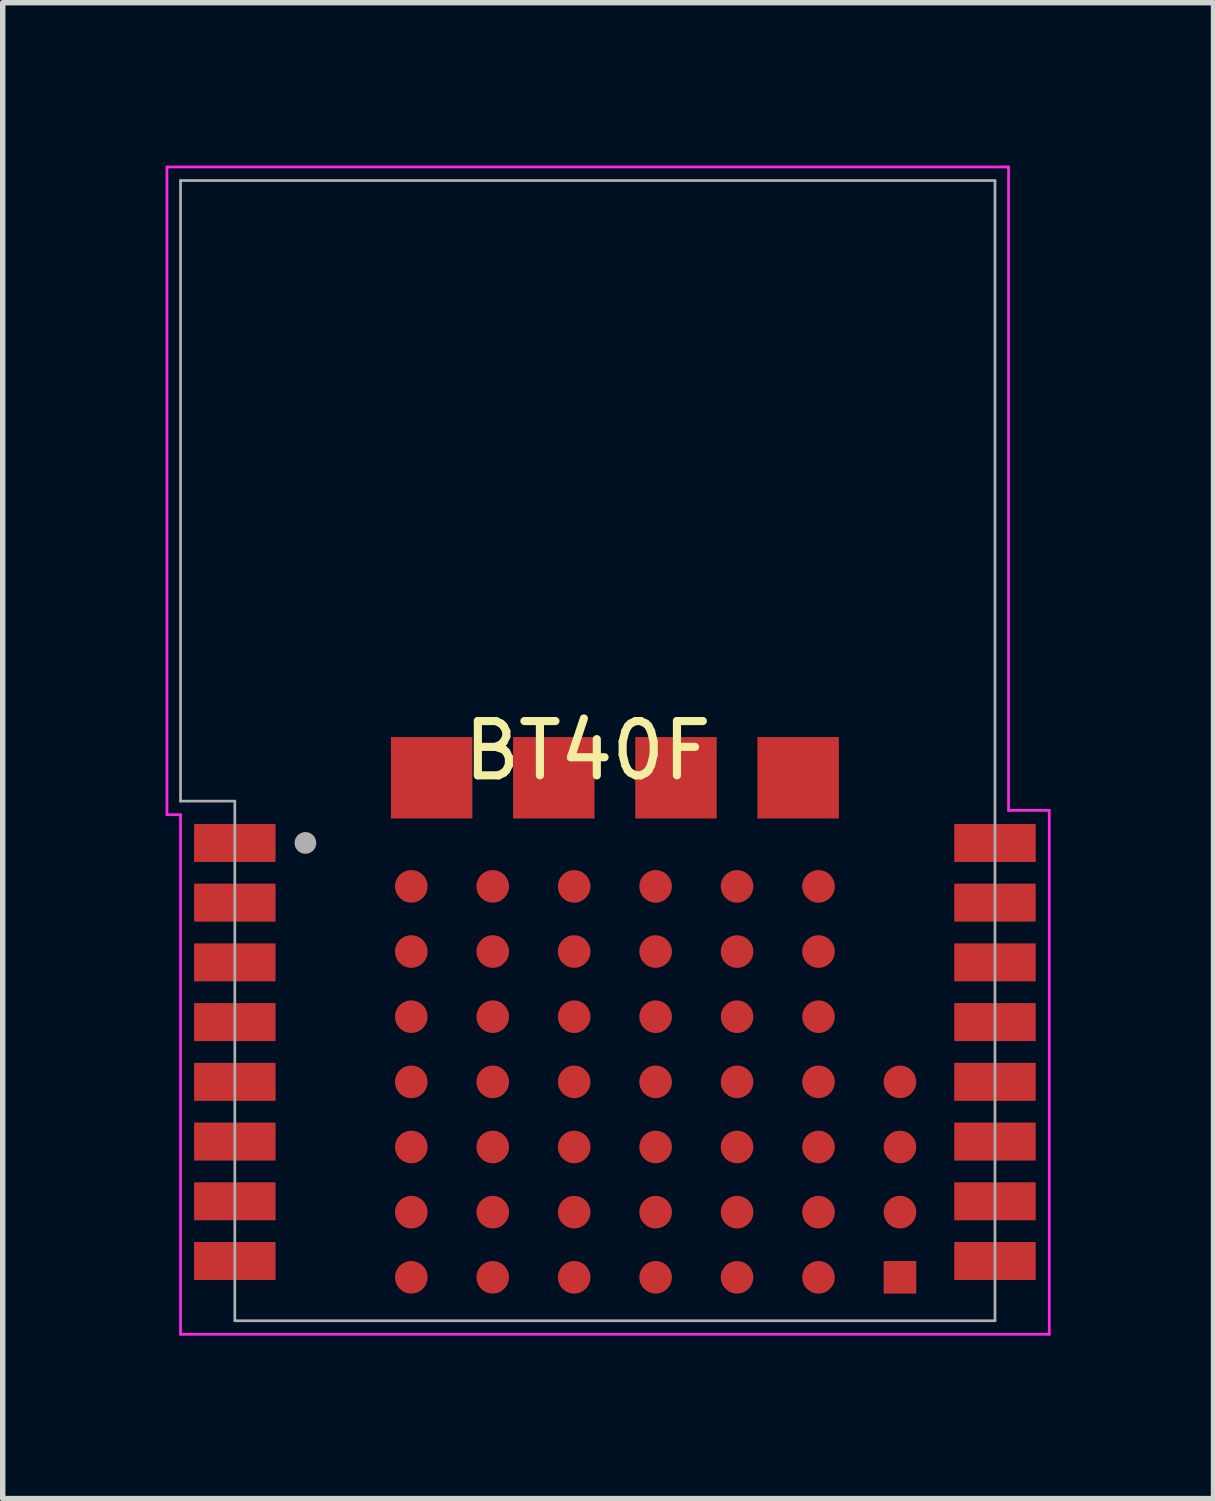
<source format=kicad_pcb>
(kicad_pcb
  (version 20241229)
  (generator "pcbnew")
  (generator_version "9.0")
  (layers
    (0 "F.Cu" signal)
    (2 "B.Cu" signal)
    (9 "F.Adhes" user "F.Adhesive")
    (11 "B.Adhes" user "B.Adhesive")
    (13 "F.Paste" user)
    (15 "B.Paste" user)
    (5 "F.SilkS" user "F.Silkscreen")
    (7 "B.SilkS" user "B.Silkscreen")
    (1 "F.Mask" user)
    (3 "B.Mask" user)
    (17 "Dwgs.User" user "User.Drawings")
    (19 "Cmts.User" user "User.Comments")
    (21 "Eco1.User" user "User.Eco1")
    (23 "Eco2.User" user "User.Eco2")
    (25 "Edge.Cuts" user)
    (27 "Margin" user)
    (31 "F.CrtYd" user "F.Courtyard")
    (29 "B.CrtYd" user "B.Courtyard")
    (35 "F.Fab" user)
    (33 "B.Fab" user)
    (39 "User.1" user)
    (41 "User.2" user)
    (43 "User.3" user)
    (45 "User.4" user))
  (footprint "BT40F"
    (layer "F.Cu")
    (at 7.775 10.775)
    (property "Reference" "BT40F" (at 0 0 0) (layer "F.SilkS") (effects (font (size 1 1) (thickness 0.15))))
    (attr smd)
    (fp_line (start -7.75 -10.75) (end 7.75 -10.75) (stroke (width 0.05) (type solid)) (layer "F.CrtYd"))
    (fp_line (start -7.75 1.18) (end -7.75 -10.75) (stroke (width 0.05) (type solid)) (layer "F.CrtYd"))
    (fp_line (start -7.5 1.18) (end -7.75 1.18) (stroke (width 0.05) (type solid)) (layer "F.CrtYd"))
    (fp_line (start -7.5 10.75) (end -7.5 1.18) (stroke (width 0.05) (type solid)) (layer "F.CrtYd"))
    (fp_line (start 7.75 -10.75) (end 7.75 1.1) (stroke (width 0.05) (type solid)) (layer "F.CrtYd"))
    (fp_line (start 7.75 1.1) (end 8.5 1.1) (stroke (width 0.05) (type solid)) (layer "F.CrtYd"))
    (fp_line (start 8.5 1.1) (end 8.5 10.75) (stroke (width 0.05) (type solid)) (layer "F.CrtYd"))
    (fp_line (start 8.5 10.75) (end -7.5 10.75) (stroke (width 0.05) (type solid)) (layer "F.CrtYd"))
    (fp_line (start -7.5 -10.5) (end 7.5 -10.5) (stroke (width 0.05) (type solid)) (layer "F.Fab"))
    (fp_line (start -7.5 0.93) (end -7.5 -10.5) (stroke (width 0.05) (type solid)) (layer "F.Fab"))
    (fp_line (start -6.5 0.93) (end -7.5 0.93) (stroke (width 0.05) (type solid)) (layer "F.Fab"))
    (fp_line (start -6.5 10.5) (end -6.5 0.93) (stroke (width 0.05) (type solid)) (layer "F.Fab"))
    (fp_line (start 7.5 -10.5) (end 7.5 10.5) (stroke (width 0.05) (type solid)) (layer "F.Fab"))
    (fp_line (start 7.5 10.5) (end -6.5 10.5) (stroke (width 0.05) (type solid)) (layer "F.Fab"))
    (fp_circle (center -5.2 1.7) (end -5.1 1.7) (stroke (width 0.2) (type solid)) (fill no) (layer "F.Fab"))
    (pad "1" smd rect (at -6.5 1.7) (size 1.5 0.7) (layers "F.Cu" "F.Mask" "F.Paste"))
    (pad "2" smd rect (at -6.5 2.8) (size 1.5 0.7) (layers "F.Cu" "F.Mask" "F.Paste"))
    (pad "3" smd rect (at -6.5 3.9) (size 1.5 0.7) (layers "F.Cu" "F.Mask" "F.Paste"))
    (pad "4" smd rect (at -6.5 5) (size 1.5 0.7) (layers "F.Cu" "F.Mask" "F.Paste"))
    (pad "5" smd rect (at -6.5 6.1) (size 1.5 0.7) (layers "F.Cu" "F.Mask" "F.Paste"))
    (pad "6" smd rect (at -6.5 7.2) (size 1.5 0.7) (layers "F.Cu" "F.Mask" "F.Paste"))
    (pad "7" smd rect (at -6.5 8.3) (size 1.5 0.7) (layers "F.Cu" "F.Mask" "F.Paste"))
    (pad "8" smd rect (at -6.5 9.4) (size 1.5 0.7) (layers "F.Cu" "F.Mask" "F.Paste"))
    (pad "9" smd rect (at 7.5 9.4) (size 1.5 0.7) (layers "F.Cu" "F.Mask" "F.Paste"))
    (pad "10" smd rect (at 7.5 8.3) (size 1.5 0.7) (layers "F.Cu" "F.Mask" "F.Paste"))
    (pad "11" smd rect (at 7.5 7.2) (size 1.5 0.7) (layers "F.Cu" "F.Mask" "F.Paste"))
    (pad "12" smd rect (at 7.5 6.1) (size 1.5 0.7) (layers "F.Cu" "F.Mask" "F.Paste"))
    (pad "13" smd rect (at 7.5 5) (size 1.5 0.7) (layers "F.Cu" "F.Mask" "F.Paste"))
    (pad "14" smd rect (at 7.5 3.9) (size 1.5 0.7) (layers "F.Cu" "F.Mask" "F.Paste"))
    (pad "15" smd rect (at 7.5 2.8) (size 1.5 0.7) (layers "F.Cu" "F.Mask" "F.Paste"))
    (pad "16" smd rect (at 7.5 1.7) (size 1.5 0.7) (layers "F.Cu" "F.Mask" "F.Paste"))
    (pad "A0" smd circle (at -1.75 2.5) (size 0.6 0.6) (layers "F.Cu" "F.Mask" "F.Paste"))
    (pad "A1" smd circle (at -1.75 3.7) (size 0.6 0.6) (layers "F.Cu" "F.Mask" "F.Paste"))
    (pad "A2" smd circle (at -1.75 4.9) (size 0.6 0.6) (layers "F.Cu" "F.Mask" "F.Paste"))
    (pad "A3" smd circle (at -1.75 6.1) (size 0.6 0.6) (layers "F.Cu" "F.Mask" "F.Paste"))
    (pad "A4" smd circle (at -1.75 7.3) (size 0.6 0.6) (layers "F.Cu" "F.Mask" "F.Paste"))
    (pad "A5" smd circle (at -1.75 8.5) (size 0.6 0.6) (layers "F.Cu" "F.Mask" "F.Paste"))
    (pad "A6" smd circle (at -1.75 9.7) (size 0.6 0.6) (layers "F.Cu" "F.Mask" "F.Paste"))
    (pad "B0" smd circle (at -0.25 2.5) (size 0.6 0.6) (layers "F.Cu" "F.Mask" "F.Paste"))
    (pad "B1" smd circle (at -0.25 3.7) (size 0.6 0.6) (layers "F.Cu" "F.Mask" "F.Paste"))
    (pad "B2" smd circle (at -0.25 4.9) (size 0.6 0.6) (layers "F.Cu" "F.Mask" "F.Paste"))
    (pad "B3" smd circle (at -0.25 6.1) (size 0.6 0.6) (layers "F.Cu" "F.Mask" "F.Paste"))
    (pad "B4" smd circle (at -0.25 7.3) (size 0.6 0.6) (layers "F.Cu" "F.Mask" "F.Paste"))
    (pad "B5" smd circle (at -0.25 8.5) (size 0.6 0.6) (layers "F.Cu" "F.Mask" "F.Paste"))
    (pad "B6" smd circle (at -0.25 9.7) (size 0.6 0.6) (layers "F.Cu" "F.Mask" "F.Paste"))
    (pad "C0" smd circle (at 1.25 2.5) (size 0.6 0.6) (layers "F.Cu" "F.Mask" "F.Paste"))
    (pad "C1" smd circle (at 1.25 3.7) (size 0.6 0.6) (layers "F.Cu" "F.Mask" "F.Paste"))
    (pad "C2" smd circle (at 1.25 4.9) (size 0.6 0.6) (layers "F.Cu" "F.Mask" "F.Paste"))
    (pad "C3" smd circle (at 1.25 6.1) (size 0.6 0.6) (layers "F.Cu" "F.Mask" "F.Paste"))
    (pad "C4" smd circle (at 1.25 7.3) (size 0.6 0.6) (layers "F.Cu" "F.Mask" "F.Paste"))
    (pad "C5" smd circle (at 1.25 8.5) (size 0.6 0.6) (layers "F.Cu" "F.Mask" "F.Paste"))
    (pad "C6" smd circle (at 1.25 9.7) (size 0.6 0.6) (layers "F.Cu" "F.Mask" "F.Paste"))
    (pad "D0" smd circle (at 2.75 2.5) (size 0.6 0.6) (layers "F.Cu" "F.Mask" "F.Paste"))
    (pad "D1" smd circle (at 2.75 3.7) (size 0.6 0.6) (layers "F.Cu" "F.Mask" "F.Paste"))
    (pad "D2" smd circle (at 2.75 4.9) (size 0.6 0.6) (layers "F.Cu" "F.Mask" "F.Paste"))
    (pad "D3" smd circle (at 2.75 6.1) (size 0.6 0.6) (layers "F.Cu" "F.Mask" "F.Paste"))
    (pad "D4" smd circle (at 2.75 7.3) (size 0.6 0.6) (layers "F.Cu" "F.Mask" "F.Paste"))
    (pad "D5" smd circle (at 2.75 8.5) (size 0.6 0.6) (layers "F.Cu" "F.Mask" "F.Paste"))
    (pad "D6" smd circle (at 2.75 9.7) (size 0.6 0.6) (layers "F.Cu" "F.Mask" "F.Paste"))
    (pad "E0" smd circle (at 4.25 2.5) (size 0.6 0.6) (layers "F.Cu" "F.Mask" "F.Paste"))
    (pad "E1" smd circle (at 4.25 3.7) (size 0.6 0.6) (layers "F.Cu" "F.Mask" "F.Paste"))
    (pad "E2" smd circle (at 4.25 4.9) (size 0.6 0.6) (layers "F.Cu" "F.Mask" "F.Paste"))
    (pad "E3" smd circle (at 4.25 6.1) (size 0.6 0.6) (layers "F.Cu" "F.Mask" "F.Paste"))
    (pad "E4" smd circle (at 4.25 7.3) (size 0.6 0.6) (layers "F.Cu" "F.Mask" "F.Paste"))
    (pad "E5" smd circle (at 4.25 8.5) (size 0.6 0.6) (layers "F.Cu" "F.Mask" "F.Paste"))
    (pad "E6" smd circle (at 4.25 9.7) (size 0.6 0.6) (layers "F.Cu" "F.Mask" "F.Paste"))
    (pad "F3" smd circle (at 5.75 6.1) (size 0.6 0.6) (layers "F.Cu" "F.Mask" "F.Paste"))
    (pad "F4" smd circle (at 5.75 7.3) (size 0.6 0.6) (layers "F.Cu" "F.Mask" "F.Paste"))
    (pad "F5" smd circle (at 5.75 8.5) (size 0.6 0.6) (layers "F.Cu" "F.Mask" "F.Paste"))
    (pad "F6" smd rect (at 5.75 9.7) (size 0.6 0.6) (layers "F.Cu" "F.Mask" "F.Paste"))
    (pad "H0" smd rect (at -2.875 0.5) (size 1.5 1.5) (layers "F.Cu" "F.Mask" "F.Paste"))
    (pad "H1" smd rect (at -0.625 0.5) (size 1.5 1.5) (layers "F.Cu" "F.Mask" "F.Paste"))
    (pad "H2" smd rect (at 1.625 0.5) (size 1.5 1.5) (layers "F.Cu" "F.Mask" "F.Paste"))
    (pad "H3" smd rect (at 3.875 0.5) (size 1.5 1.5) (layers "F.Cu" "F.Mask" "F.Paste"))
    (pad "Z0" smd circle (at -3.25 2.5) (size 0.6 0.6) (layers "F.Cu" "F.Mask" "F.Paste"))
    (pad "Z1" smd circle (at -3.25 3.7) (size 0.6 0.6) (layers "F.Cu" "F.Mask" "F.Paste"))
    (pad "Z2" smd circle (at -3.25 4.9) (size 0.6 0.6) (layers "F.Cu" "F.Mask" "F.Paste"))
    (pad "Z3" smd circle (at -3.25 6.1) (size 0.6 0.6) (layers "F.Cu" "F.Mask" "F.Paste"))
    (pad "Z4" smd circle (at -3.25 7.3) (size 0.6 0.6) (layers "F.Cu" "F.Mask" "F.Paste"))
    (pad "Z5" smd circle (at -3.25 8.5) (size 0.6 0.6) (layers "F.Cu" "F.Mask" "F.Paste"))
    (pad "Z6" smd circle (at -3.25 9.7) (size 0.6 0.6) (layers "F.Cu" "F.Mask" "F.Paste"))
    (zone (net_name "") (layer "F.Cu") (hatch full 0.508) (connect_pads) (min_thickness 0.01) (filled_areas_thickness no) (keepout (tracks not_allowed) (vias not_allowed) (pads not_allowed) (copperpour not_allowed) (footprints allowed)) (placement (enabled no)) (fill) (polygon (pts (xy 0.275 0.275) (xy 15.275 0.275) (xy 15.275 10.075) (xy 0.275 10.075))))
    (zone (net_name "") (layers "F.Cu" "B.Cu") (hatch full 0.508) (connect_pads) (min_thickness 0.01) (filled_areas_thickness no) (keepout (tracks allowed) (vias not_allowed) (pads allowed) (copperpour allowed) (footprints allowed)) (placement (enabled no)) (fill) (polygon (pts (xy 0.275 0.275) (xy 15.275 0.275) (xy 15.275 10.075) (xy 0.275 10.075))))
    (zone (net_name "") (layer "B.Cu") (hatch full 0.508) (connect_pads) (min_thickness 0.01) (filled_areas_thickness no) (keepout (tracks not_allowed) (vias not_allowed) (pads not_allowed) (copperpour not_allowed) (footprints allowed)) (placement (enabled no)) (fill) (polygon (pts (xy 0.275 0.275) (xy 15.275 0.275) (xy 15.275 10.075) (xy 0.275 10.075)))))
  (gr_rect
    (start -3 -3)
    (end 19.3 24.55)
    (stroke (width 0.1) (type default))
    (fill no)
    (layer "Edge.Cuts")))
</source>
